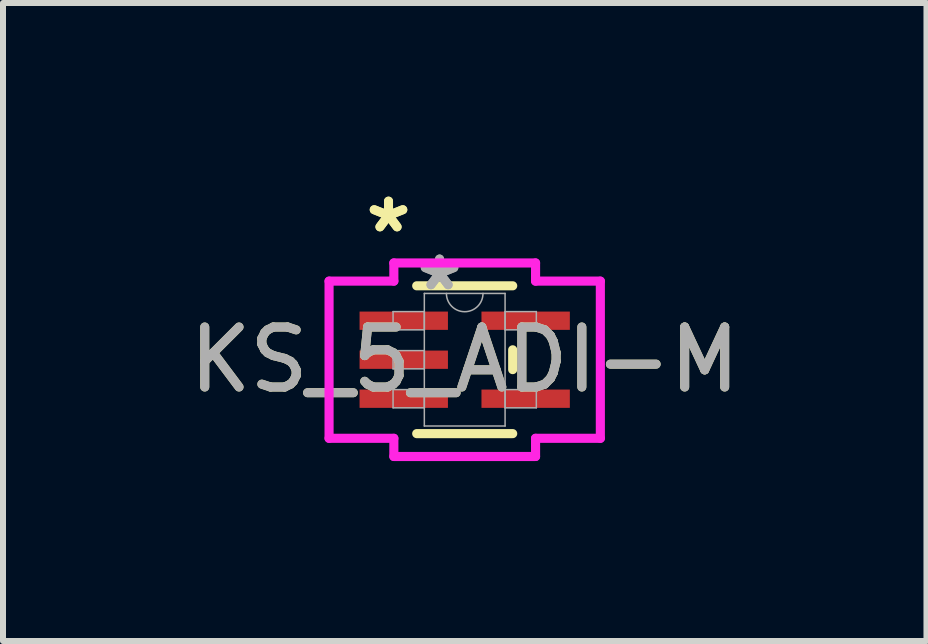
<source format=kicad_pcb>
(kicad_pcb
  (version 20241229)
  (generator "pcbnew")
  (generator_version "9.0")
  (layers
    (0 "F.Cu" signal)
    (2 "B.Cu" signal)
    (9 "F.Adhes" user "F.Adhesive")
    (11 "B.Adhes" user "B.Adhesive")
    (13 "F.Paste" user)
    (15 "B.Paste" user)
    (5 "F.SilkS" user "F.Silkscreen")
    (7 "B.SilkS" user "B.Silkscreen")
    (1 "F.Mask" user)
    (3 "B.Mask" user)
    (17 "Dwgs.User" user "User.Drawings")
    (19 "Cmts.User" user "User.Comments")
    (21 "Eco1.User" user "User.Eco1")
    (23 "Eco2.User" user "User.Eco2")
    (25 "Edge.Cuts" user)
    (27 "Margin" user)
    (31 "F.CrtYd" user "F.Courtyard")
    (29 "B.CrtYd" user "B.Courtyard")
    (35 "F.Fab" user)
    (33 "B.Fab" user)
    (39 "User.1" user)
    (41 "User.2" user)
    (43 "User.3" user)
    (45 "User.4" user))
  (footprint "KS_5_ADI-M"
    (layer "F.Cu")
    (at 4.696 2.946)
    (property "Reference" "KS_5_ADI-M" (at 0 0 0) (unlocked yes) (layer "F.SilkS") (effects (font (size 1 1) (thickness 0.15))))
    (attr smd)
    (fp_line (start -0.8 1.232) (end 0.8 1.232) (stroke (width 0.152) (type solid)) (layer "F.SilkS"))
    (fp_line (start 0.8 -1.232) (end -0.8 -1.232) (stroke (width 0.152) (type solid)) (layer "F.SilkS"))
    (fp_line (start 0.8 0.165) (end 0.8 -0.165) (stroke (width 0.152) (type solid)) (layer "F.SilkS"))
    (fp_line (start -2.261 -1.31) (end -1.181 -1.31) (stroke (width 0.152) (type solid)) (layer "F.CrtYd"))
    (fp_line (start -2.261 1.31) (end -2.261 -1.31) (stroke (width 0.152) (type solid)) (layer "F.CrtYd"))
    (fp_line (start -1.181 -1.613) (end 1.181 -1.613) (stroke (width 0.152) (type solid)) (layer "F.CrtYd"))
    (fp_line (start -1.181 -1.31) (end -1.181 -1.613) (stroke (width 0.152) (type solid)) (layer "F.CrtYd"))
    (fp_line (start -1.181 1.31) (end -2.261 1.31) (stroke (width 0.152) (type solid)) (layer "F.CrtYd"))
    (fp_line (start -1.181 1.613) (end -1.181 1.31) (stroke (width 0.152) (type solid)) (layer "F.CrtYd"))
    (fp_line (start 1.181 -1.613) (end 1.181 -1.31) (stroke (width 0.152) (type solid)) (layer "F.CrtYd"))
    (fp_line (start 1.181 -1.31) (end 2.261 -1.31) (stroke (width 0.152) (type solid)) (layer "F.CrtYd"))
    (fp_line (start 1.181 1.31) (end 1.181 1.613) (stroke (width 0.152) (type solid)) (layer "F.CrtYd"))
    (fp_line (start 1.181 1.613) (end -1.181 1.613) (stroke (width 0.152) (type solid)) (layer "F.CrtYd"))
    (fp_line (start 2.261 -1.31) (end 2.261 1.31) (stroke (width 0.152) (type solid)) (layer "F.CrtYd"))
    (fp_line (start 2.261 1.31) (end 1.181 1.31) (stroke (width 0.152) (type solid)) (layer "F.CrtYd"))
    (fp_line (start -1.194 -0.802) (end -1.194 -0.498) (stroke (width 0.025) (type solid)) (layer "F.Fab"))
    (fp_line (start -1.194 -0.498) (end -0.673 -0.498) (stroke (width 0.025) (type solid)) (layer "F.Fab"))
    (fp_line (start -1.194 -0.152) (end -1.194 0.152) (stroke (width 0.025) (type solid)) (layer "F.Fab"))
    (fp_line (start -1.194 0.152) (end -0.673 0.152) (stroke (width 0.025) (type solid)) (layer "F.Fab"))
    (fp_line (start -1.194 0.498) (end -1.194 0.802) (stroke (width 0.025) (type solid)) (layer "F.Fab"))
    (fp_line (start -1.194 0.802) (end -0.673 0.802) (stroke (width 0.025) (type solid)) (layer "F.Fab"))
    (fp_line (start -0.673 -1.105) (end -0.673 1.105) (stroke (width 0.025) (type solid)) (layer "F.Fab"))
    (fp_line (start -0.673 -0.802) (end -1.194 -0.802) (stroke (width 0.025) (type solid)) (layer "F.Fab"))
    (fp_line (start -0.673 -0.498) (end -0.673 -0.802) (stroke (width 0.025) (type solid)) (layer "F.Fab"))
    (fp_line (start -0.673 -0.152) (end -1.194 -0.152) (stroke (width 0.025) (type solid)) (layer "F.Fab"))
    (fp_line (start -0.673 0.152) (end -0.673 -0.152) (stroke (width 0.025) (type solid)) (layer "F.Fab"))
    (fp_line (start -0.673 0.498) (end -1.194 0.498) (stroke (width 0.025) (type solid)) (layer "F.Fab"))
    (fp_line (start -0.673 0.802) (end -0.673 0.498) (stroke (width 0.025) (type solid)) (layer "F.Fab"))
    (fp_line (start -0.673 1.105) (end 0.673 1.105) (stroke (width 0.025) (type solid)) (layer "F.Fab"))
    (fp_line (start 0.673 -1.105) (end -0.673 -1.105) (stroke (width 0.025) (type solid)) (layer "F.Fab"))
    (fp_line (start 0.673 -0.802) (end 0.673 -0.498) (stroke (width 0.025) (type solid)) (layer "F.Fab"))
    (fp_line (start 0.673 -0.498) (end 1.194 -0.498) (stroke (width 0.025) (type solid)) (layer "F.Fab"))
    (fp_line (start 0.673 0.498) (end 0.673 0.802) (stroke (width 0.025) (type solid)) (layer "F.Fab"))
    (fp_line (start 0.673 0.802) (end 1.194 0.802) (stroke (width 0.025) (type solid)) (layer "F.Fab"))
    (fp_line (start 0.673 1.105) (end 0.673 -1.105) (stroke (width 0.025) (type solid)) (layer "F.Fab"))
    (fp_line (start 1.194 -0.802) (end 0.673 -0.802) (stroke (width 0.025) (type solid)) (layer "F.Fab"))
    (fp_line (start 1.194 -0.498) (end 1.194 -0.802) (stroke (width 0.025) (type solid)) (layer "F.Fab"))
    (fp_line (start 1.194 0.498) (end 0.673 0.498) (stroke (width 0.025) (type solid)) (layer "F.Fab"))
    (fp_line (start 1.194 0.802) (end 1.194 0.498) (stroke (width 0.025) (type solid)) (layer "F.Fab"))
    (fp_arc (start 0.3048 -1.1049) (mid 0 -0.8001) (end -0.3048 -1.1049) (stroke (width 0.0254) (type solid)) (layer "F.Fab"))
    (fp_text user "*" (at -1.27 -2.098 0) (layer "F.SilkS") (effects (font (size 1 1) (thickness 0.15))))
    (fp_text user "*" (at -1.27 -2.098 0) (unlocked yes) (layer "F.SilkS") (effects (font (size 1 1) (thickness 0.15))))
    (fp_text user "${REFERENCE}" (at 0 0 0) (unlocked yes) (layer "F.Fab") (effects (font (size 1 1) (thickness 0.15))))
    (fp_text user "*" (at -0.419 -1.133 0) (unlocked yes) (layer "F.Fab") (effects (font (size 1 1) (thickness 0.15))))
    (fp_text user "*" (at -0.419 -1.133 0) (layer "F.Fab") (effects (font (size 1 1) (thickness 0.15))))
    (pad "1" smd rect (at -1.016 -0.65) (size 1.473 0.305) (layers "F.Cu" "F.Mask" "F.Paste"))
    (pad "2" smd rect (at -1.016 0) (size 1.473 0.305) (layers "F.Cu" "F.Mask" "F.Paste"))
    (pad "3" smd rect (at -1.016 0.65) (size 1.473 0.305) (layers "F.Cu" "F.Mask" "F.Paste"))
    (pad "4" smd rect (at 1.016 0.65) (size 1.473 0.305) (layers "F.Cu" "F.Mask" "F.Paste"))
    (pad "5" smd rect (at 1.016 -0.65) (size 1.473 0.305) (layers "F.Cu" "F.Mask" "F.Paste")))
  (gr_rect
    (start -3 -3)
    (end 12.393 7.635)
    (stroke (width 0.1) (type default))
    (fill no)
    (layer "Edge.Cuts")))
</source>
